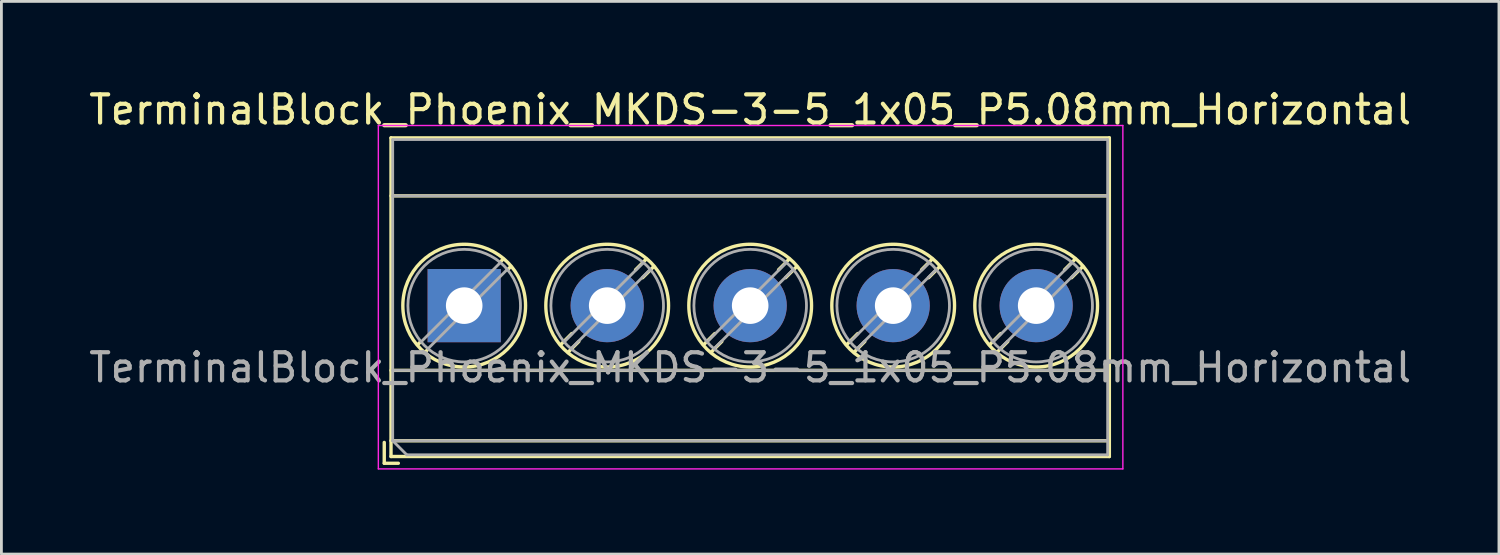
<source format=kicad_pcb>
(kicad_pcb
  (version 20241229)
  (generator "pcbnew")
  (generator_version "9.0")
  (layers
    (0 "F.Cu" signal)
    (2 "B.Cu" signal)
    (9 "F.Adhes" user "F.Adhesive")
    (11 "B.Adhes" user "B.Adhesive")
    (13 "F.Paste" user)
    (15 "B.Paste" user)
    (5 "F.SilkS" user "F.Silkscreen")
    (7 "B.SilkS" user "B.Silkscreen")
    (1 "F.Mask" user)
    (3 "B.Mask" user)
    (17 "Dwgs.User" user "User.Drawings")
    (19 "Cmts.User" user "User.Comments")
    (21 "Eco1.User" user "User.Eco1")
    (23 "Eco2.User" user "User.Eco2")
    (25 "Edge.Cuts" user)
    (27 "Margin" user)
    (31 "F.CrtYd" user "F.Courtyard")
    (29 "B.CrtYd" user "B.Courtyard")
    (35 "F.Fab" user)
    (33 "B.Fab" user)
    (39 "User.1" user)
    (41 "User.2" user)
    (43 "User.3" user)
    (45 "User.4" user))
  (footprint "TerminalBlock_Phoenix_MKDS-3-5_1x05_P5.08mm_Horizontal"
    (layer "F.Cu")
    (at 13.441 7.808)
    (property "Reference" "TerminalBlock_Phoenix_MKDS-3-5_1x05_P5.08mm_Horizontal" (at 10.16 -6.96 0) (layer "F.SilkS") (effects (font (size 1 1) (thickness 0.15))))
    (attr through_hole)
    (fp_line (start -2.84 4.86) (end -2.84 5.6) (stroke (width 0.12) (type solid)) (layer "F.SilkS"))
    (fp_line (start -2.84 5.6) (end -2.34 5.6) (stroke (width 0.12) (type solid)) (layer "F.SilkS"))
    (fp_line (start -2.6 -5.96) (end -2.6 5.36) (stroke (width 0.12) (type solid)) (layer "F.SilkS"))
    (fp_line (start -2.6 -5.96) (end 22.92 -5.96) (stroke (width 0.12) (type solid)) (layer "F.SilkS"))
    (fp_line (start -2.6 -3.9) (end 22.92 -3.9) (stroke (width 0.12) (type solid)) (layer "F.SilkS"))
    (fp_line (start -2.6 2.3) (end 22.92 2.3) (stroke (width 0.12) (type solid)) (layer "F.SilkS"))
    (fp_line (start -2.6 4.8) (end 22.92 4.8) (stroke (width 0.12) (type solid)) (layer "F.SilkS"))
    (fp_line (start -2.6 5.36) (end 22.92 5.36) (stroke (width 0.12) (type solid)) (layer "F.SilkS"))
    (fp_line (start -1.548 1.281) (end -1.654 1.388) (stroke (width 0.12) (type solid)) (layer "F.SilkS"))
    (fp_line (start -1.282 1.547) (end -1.388 1.654) (stroke (width 0.12) (type solid)) (layer "F.SilkS"))
    (fp_line (start 1.388 -1.654) (end 1.281 -1.547) (stroke (width 0.12) (type solid)) (layer "F.SilkS"))
    (fp_line (start 1.654 -1.388) (end 1.547 -1.281) (stroke (width 0.12) (type solid)) (layer "F.SilkS"))
    (fp_line (start 3.822 0.992) (end 3.427 1.388) (stroke (width 0.12) (type solid)) (layer "F.SilkS"))
    (fp_line (start 4.073 1.274) (end 3.693 1.654) (stroke (width 0.12) (type solid)) (layer "F.SilkS"))
    (fp_line (start 6.468 -1.654) (end 6.088 -1.274) (stroke (width 0.12) (type solid)) (layer "F.SilkS"))
    (fp_line (start 6.734 -1.388) (end 6.339 -0.992) (stroke (width 0.12) (type solid)) (layer "F.SilkS"))
    (fp_line (start 8.902 0.992) (end 8.507 1.388) (stroke (width 0.12) (type solid)) (layer "F.SilkS"))
    (fp_line (start 9.153 1.274) (end 8.773 1.654) (stroke (width 0.12) (type solid)) (layer "F.SilkS"))
    (fp_line (start 11.548 -1.654) (end 11.168 -1.274) (stroke (width 0.12) (type solid)) (layer "F.SilkS"))
    (fp_line (start 11.814 -1.388) (end 11.419 -0.992) (stroke (width 0.12) (type solid)) (layer "F.SilkS"))
    (fp_line (start 13.982 0.992) (end 13.587 1.388) (stroke (width 0.12) (type solid)) (layer "F.SilkS"))
    (fp_line (start 14.233 1.274) (end 13.853 1.654) (stroke (width 0.12) (type solid)) (layer "F.SilkS"))
    (fp_line (start 16.628 -1.654) (end 16.248 -1.274) (stroke (width 0.12) (type solid)) (layer "F.SilkS"))
    (fp_line (start 16.894 -1.388) (end 16.499 -0.992) (stroke (width 0.12) (type solid)) (layer "F.SilkS"))
    (fp_line (start 19.062 0.992) (end 18.667 1.388) (stroke (width 0.12) (type solid)) (layer "F.SilkS"))
    (fp_line (start 19.313 1.274) (end 18.933 1.654) (stroke (width 0.12) (type solid)) (layer "F.SilkS"))
    (fp_line (start 21.708 -1.654) (end 21.328 -1.274) (stroke (width 0.12) (type solid)) (layer "F.SilkS"))
    (fp_line (start 21.974 -1.388) (end 21.579 -0.992) (stroke (width 0.12) (type solid)) (layer "F.SilkS"))
    (fp_line (start 22.92 -5.96) (end 22.92 5.36) (stroke (width 0.12) (type solid)) (layer "F.SilkS"))
    (fp_circle (center 0 0) (end 2.18 0) (stroke (width 0.12) (type solid)) (fill no) (layer "F.SilkS"))
    (fp_circle (center 5.08 0) (end 7.26 0) (stroke (width 0.12) (type solid)) (fill no) (layer "F.SilkS"))
    (fp_circle (center 10.16 0) (end 12.34 0) (stroke (width 0.12) (type solid)) (fill no) (layer "F.SilkS"))
    (fp_circle (center 15.24 0) (end 17.42 0) (stroke (width 0.12) (type solid)) (fill no) (layer "F.SilkS"))
    (fp_circle (center 20.32 0) (end 22.5 0) (stroke (width 0.12) (type solid)) (fill no) (layer "F.SilkS"))
    (fp_line (start -3.05 -6.4) (end -3.05 5.8) (stroke (width 0.05) (type solid)) (layer "F.CrtYd"))
    (fp_line (start -3.05 5.8) (end 23.4 5.8) (stroke (width 0.05) (type solid)) (layer "F.CrtYd"))
    (fp_line (start 23.4 -6.4) (end -3.05 -6.4) (stroke (width 0.05) (type solid)) (layer "F.CrtYd"))
    (fp_line (start 23.4 5.8) (end 23.4 -6.4) (stroke (width 0.05) (type solid)) (layer "F.CrtYd"))
    (fp_line (start -2.54 -5.9) (end 22.86 -5.9) (stroke (width 0.1) (type solid)) (layer "F.Fab"))
    (fp_line (start -2.54 -3.9) (end 22.86 -3.9) (stroke (width 0.1) (type solid)) (layer "F.Fab"))
    (fp_line (start -2.54 2.3) (end 22.86 2.3) (stroke (width 0.1) (type solid)) (layer "F.Fab"))
    (fp_line (start -2.54 4.8) (end -2.54 -5.9) (stroke (width 0.1) (type solid)) (layer "F.Fab"))
    (fp_line (start -2.54 4.8) (end 22.86 4.8) (stroke (width 0.1) (type solid)) (layer "F.Fab"))
    (fp_line (start -2.04 5.3) (end -2.54 4.8) (stroke (width 0.1) (type solid)) (layer "F.Fab"))
    (fp_line (start 1.273 -1.517) (end -1.517 1.273) (stroke (width 0.1) (type solid)) (layer "F.Fab"))
    (fp_line (start 1.517 -1.273) (end -1.273 1.517) (stroke (width 0.1) (type solid)) (layer "F.Fab"))
    (fp_line (start 6.353 -1.517) (end 3.564 1.273) (stroke (width 0.1) (type solid)) (layer "F.Fab"))
    (fp_line (start 6.597 -1.273) (end 3.808 1.517) (stroke (width 0.1) (type solid)) (layer "F.Fab"))
    (fp_line (start 11.433 -1.517) (end 8.644 1.273) (stroke (width 0.1) (type solid)) (layer "F.Fab"))
    (fp_line (start 11.677 -1.273) (end 8.888 1.517) (stroke (width 0.1) (type solid)) (layer "F.Fab"))
    (fp_line (start 16.513 -1.517) (end 13.724 1.273) (stroke (width 0.1) (type solid)) (layer "F.Fab"))
    (fp_line (start 16.757 -1.273) (end 13.968 1.517) (stroke (width 0.1) (type solid)) (layer "F.Fab"))
    (fp_line (start 21.593 -1.517) (end 18.804 1.273) (stroke (width 0.1) (type solid)) (layer "F.Fab"))
    (fp_line (start 21.837 -1.273) (end 19.048 1.517) (stroke (width 0.1) (type solid)) (layer "F.Fab"))
    (fp_line (start 22.86 -5.9) (end 22.86 5.3) (stroke (width 0.1) (type solid)) (layer "F.Fab"))
    (fp_line (start 22.86 5.3) (end -2.04 5.3) (stroke (width 0.1) (type solid)) (layer "F.Fab"))
    (fp_circle (center 0 0) (end 2 0) (stroke (width 0.1) (type solid)) (fill no) (layer "F.Fab"))
    (fp_circle (center 5.08 0) (end 7.08 0) (stroke (width 0.1) (type solid)) (fill no) (layer "F.Fab"))
    (fp_circle (center 10.16 0) (end 12.16 0) (stroke (width 0.1) (type solid)) (fill no) (layer "F.Fab"))
    (fp_circle (center 15.24 0) (end 17.24 0) (stroke (width 0.1) (type solid)) (fill no) (layer "F.Fab"))
    (fp_circle (center 20.32 0) (end 22.32 0) (stroke (width 0.1) (type solid)) (fill no) (layer "F.Fab"))
    (fp_text user "${REFERENCE}" (at 10.16 2.2 0) (layer "F.Fab") (effects (font (size 1 1) (thickness 0.15))))
    (pad "1" thru_hole rect (at 0 0) (size 2.6 2.6) (drill 1.3) (layers "*.Cu" "*.Mask"))
    (pad "2" thru_hole circle (at 5.08 0) (size 2.6 2.6) (drill 1.3) (layers "*.Cu" "*.Mask"))
    (pad "3" thru_hole circle (at 10.16 0) (size 2.6 2.6) (drill 1.3) (layers "*.Cu" "*.Mask"))
    (pad "4" thru_hole circle (at 15.24 0) (size 2.6 2.6) (drill 1.3) (layers "*.Cu" "*.Mask"))
    (pad "5" thru_hole circle (at 20.32 0) (size 2.6 2.6) (drill 1.3) (layers "*.Cu" "*.Mask")))
  (gr_rect
    (start -3 -3)
    (end 50.202 16.633)
    (stroke (width 0.1) (type default))
    (fill no)
    (layer "Edge.Cuts")))
</source>
